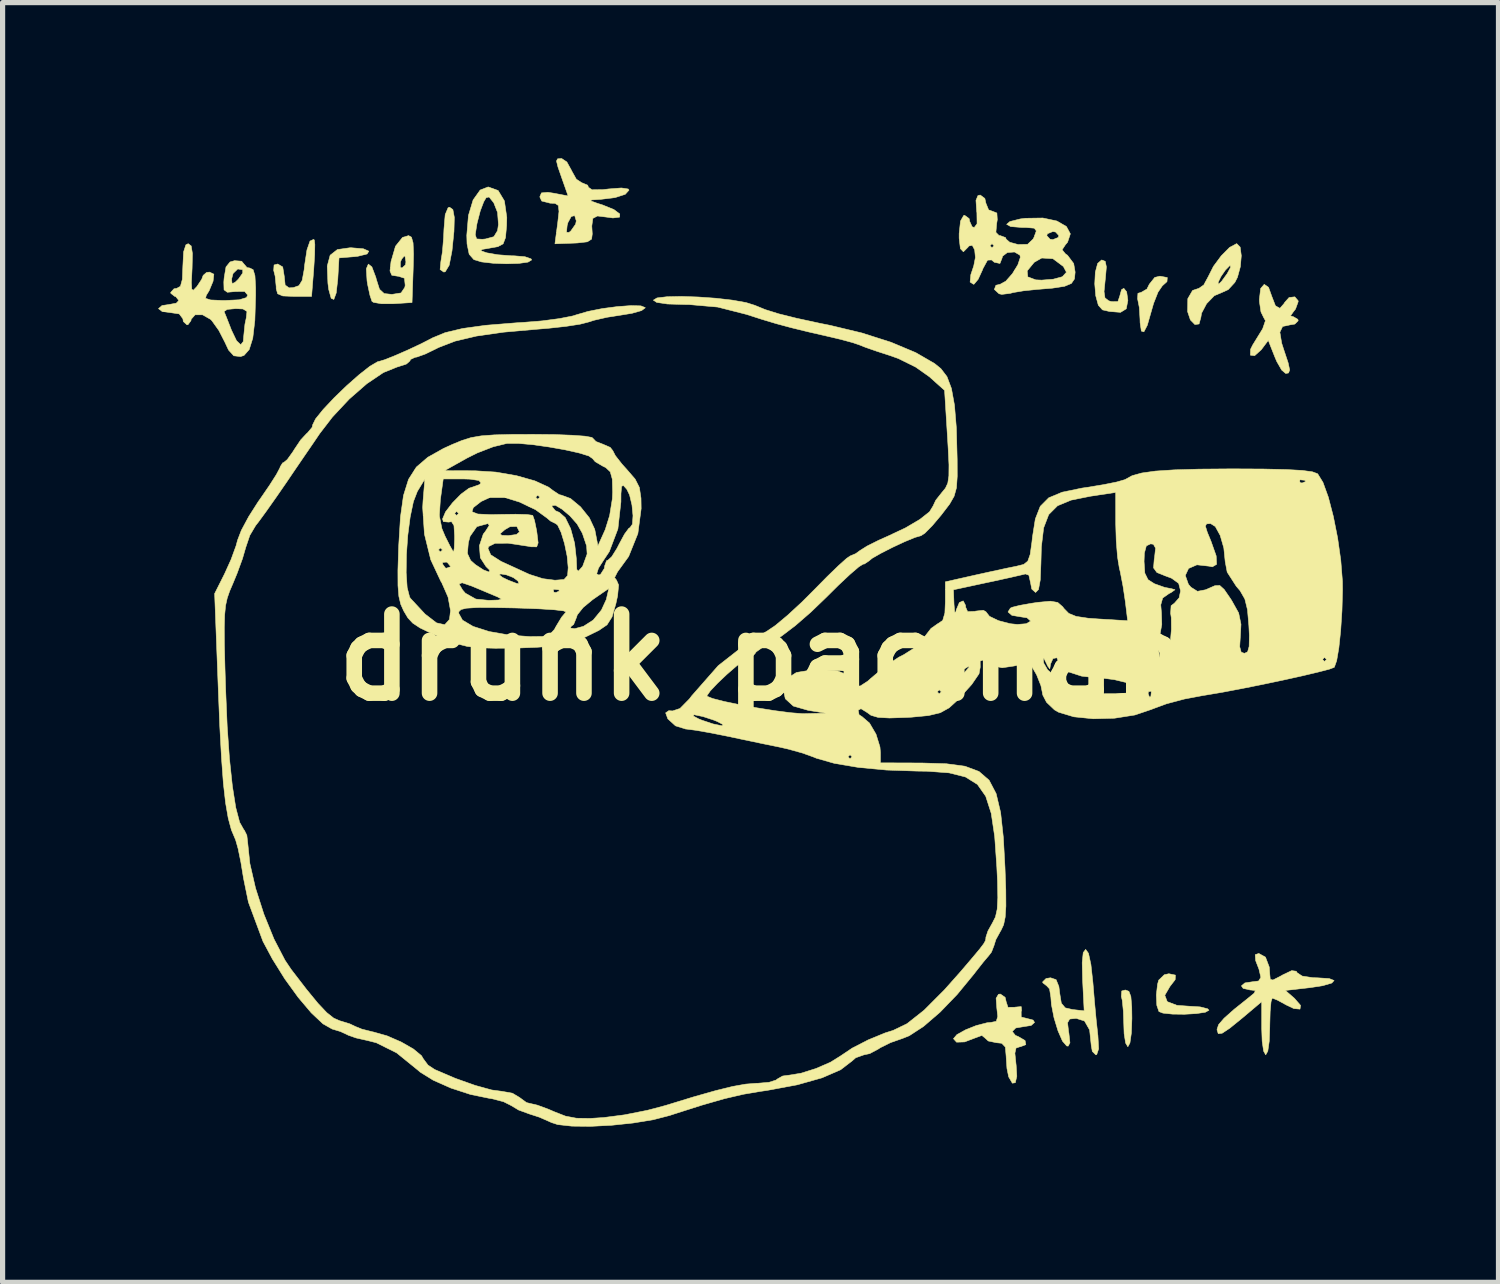
<source format=kicad_pcb>
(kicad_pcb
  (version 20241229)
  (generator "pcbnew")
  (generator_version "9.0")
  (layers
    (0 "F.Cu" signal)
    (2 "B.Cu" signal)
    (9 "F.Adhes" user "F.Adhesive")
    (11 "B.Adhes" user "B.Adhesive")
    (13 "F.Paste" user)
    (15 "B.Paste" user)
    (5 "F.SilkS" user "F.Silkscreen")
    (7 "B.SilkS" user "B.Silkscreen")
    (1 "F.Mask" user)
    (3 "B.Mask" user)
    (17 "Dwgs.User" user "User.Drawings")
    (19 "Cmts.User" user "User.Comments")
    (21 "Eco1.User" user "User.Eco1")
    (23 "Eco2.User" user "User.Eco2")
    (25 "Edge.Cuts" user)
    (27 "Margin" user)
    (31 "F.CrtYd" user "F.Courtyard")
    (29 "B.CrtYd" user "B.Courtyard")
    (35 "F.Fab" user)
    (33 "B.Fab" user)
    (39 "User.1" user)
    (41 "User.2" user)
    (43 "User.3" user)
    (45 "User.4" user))
  (footprint "drunk pacman"
    (layer "F.Cu")
    (at 11.65 9.618)
    (property "Reference" "drunk pacman" (at 0 0 0) (layer "F.SilkS") (effects (font (size 1.524 1.524) (thickness 0.3))))
    (attr through_hole)
    (fp_poly (pts (xy -5.973 -8.629) (xy -5.945 -8.479) (xy -5.952 -8.209) (xy -5.99 -7.835) (xy -6.044 -7.557) (xy -6.12 -7.432) (xy -6.147 -7.425) (xy -6.219 -7.474) (xy -6.205 -7.624) (xy -6.174 -7.818) (xy -6.152 -8.09) (xy -6.145 -8.249) (xy -6.121 -8.533) (xy -6.065 -8.665) (xy -6.037 -8.675) (xy -5.973 -8.629)) (stroke (width 0.01) (type solid)) (fill yes) (layer "F.SilkS"))
    (fp_poly (pts (xy 7.054 6.435) (xy 7.092 6.535) (xy 7.109 6.739) (xy 7.112 6.956) (xy 7.102 7.236) (xy 7.074 7.43) (xy 7.034 7.503) (xy 7.034 7.503) (xy 6.991 7.432) (xy 6.962 7.25) (xy 6.956 7.079) (xy 6.947 6.817) (xy 6.926 6.607) (xy 6.908 6.532) (xy 6.916 6.428) (xy 6.986 6.409) (xy 7.054 6.435)) (stroke (width 0.01) (type solid)) (fill yes) (layer "F.SilkS"))
    (fp_poly (pts (xy -7.698 -7.874) (xy -7.593 -7.828) (xy -7.626 -7.774) (xy -7.803 -7.73) (xy -7.874 -7.722) (xy -8.167 -7.698) (xy -8.191 -7.288) (xy -8.221 -7.023) (xy -8.267 -6.898) (xy -8.318 -6.919) (xy -8.365 -7.088) (xy -8.381 -7.21) (xy -8.394 -7.541) (xy -8.338 -7.75) (xy -8.199 -7.859) (xy -7.961 -7.893) (xy -7.935 -7.894) (xy -7.698 -7.874)) (stroke (width 0.01) (type solid)) (fill yes) (layer "F.SilkS"))
    (fp_poly (pts (xy 7.794 -7.32) (xy 7.788 -7.241) (xy 7.698 -7.16) (xy 7.615 -7.038) (xy 7.529 -6.82) (xy 7.484 -6.663) (xy 7.409 -6.401) (xy 7.343 -6.274) (xy 7.294 -6.288) (xy 7.27 -6.449) (xy 7.268 -6.519) (xy 7.255 -6.741) (xy 7.222 -6.907) (xy 7.221 -6.91) (xy 7.228 -7.016) (xy 7.29 -7.034) (xy 7.402 -7.099) (xy 7.447 -7.19) (xy 7.552 -7.322) (xy 7.652 -7.346) (xy 7.794 -7.32)) (stroke (width 0.01) (type solid)) (fill yes) (layer "F.SilkS"))
    (fp_poly (pts (xy 7.95 6.122) (xy 7.946 6.21) (xy 7.845 6.341) (xy 7.746 6.511) (xy 7.793 6.634) (xy 7.98 6.705) (xy 8.204 6.721) (xy 8.427 6.735) (xy 8.57 6.771) (xy 8.597 6.799) (xy 8.527 6.838) (xy 8.353 6.864) (xy 8.125 6.877) (xy 7.894 6.874) (xy 7.711 6.855) (xy 7.633 6.825) (xy 7.592 6.705) (xy 7.583 6.505) (xy 7.606 6.3) (xy 7.628 6.22) (xy 7.737 6.115) (xy 7.824 6.096) (xy 7.95 6.122)) (stroke (width 0.01) (type solid)) (fill yes) (layer "F.SilkS"))
    (fp_poly (pts (xy 6.598 -7.632) (xy 6.62 -7.525) (xy 6.601 -7.305) (xy 6.598 -7.28) (xy 6.575 -7.049) (xy 6.593 -6.928) (xy 6.664 -6.872) (xy 6.713 -6.857) (xy 6.842 -6.856) (xy 6.878 -6.963) (xy 6.912 -7.086) (xy 6.956 -7.112) (xy 7.011 -7.044) (xy 7.034 -6.88) (xy 7.034 -6.878) (xy 7.003 -6.717) (xy 6.893 -6.649) (xy 6.679 -6.666) (xy 6.545 -6.697) (xy 6.465 -6.786) (xy 6.415 -6.969) (xy 6.396 -7.197) (xy 6.407 -7.422) (xy 6.452 -7.592) (xy 6.529 -7.659) (xy 6.598 -7.632)) (stroke (width 0.01) (type solid)) (fill yes) (layer "F.SilkS"))
    (fp_poly (pts (xy -8.643 -8.043) (xy -8.633 -7.955) (xy -8.637 -7.754) (xy -8.654 -7.485) (xy -8.654 -7.483) (xy -8.696 -6.956) (xy -9.037 -6.956) (xy -9.251 -6.965) (xy -9.35 -7.007) (xy -9.378 -7.107) (xy -9.378 -7.145) (xy -9.398 -7.347) (xy -9.426 -7.457) (xy -9.419 -7.562) (xy -9.348 -7.581) (xy -9.252 -7.524) (xy -9.222 -7.341) (xy -9.205 -7.175) (xy -9.13 -7.121) (xy -9.046 -7.126) (xy -8.939 -7.164) (xy -8.877 -7.265) (xy -8.839 -7.47) (xy -8.83 -7.557) (xy -8.785 -7.852) (xy -8.726 -8.023) (xy -8.657 -8.055) (xy -8.643 -8.043)) (stroke (width 0.01) (type solid)) (fill yes) (layer "F.SilkS"))
    (fp_poly (pts (xy 9.198 -7.906) (xy 9.22 -7.741) (xy 9.202 -7.53) (xy 9.146 -7.325) (xy 9.096 -7.226) (xy 8.968 -7.087) (xy 8.851 -7.034) (xy 8.7 -6.97) (xy 8.551 -6.816) (xy 8.454 -6.633) (xy 8.441 -6.553) (xy 8.406 -6.425) (xy 8.326 -6.414) (xy 8.239 -6.503) (xy 8.185 -6.663) (xy 8.189 -6.913) (xy 8.281 -7.071) (xy 8.403 -7.112) (xy 8.498 -7.178) (xy 8.524 -7.228) (xy 8.774 -7.228) (xy 8.781 -7.19) (xy 8.841 -7.248) (xy 8.943 -7.388) (xy 8.948 -7.395) (xy 9.015 -7.519) (xy 9.005 -7.552) (xy 8.996 -7.547) (xy 8.913 -7.463) (xy 8.827 -7.338) (xy 8.774 -7.228) (xy 8.524 -7.228) (xy 8.581 -7.333) (xy 8.683 -7.535) (xy 8.834 -7.739) (xy 8.994 -7.9) (xy 9.125 -7.971) (xy 9.133 -7.972) (xy 9.198 -7.906)) (stroke (width 0.01) (type solid)) (fill yes) (layer "F.SilkS"))
    (fp_poly (pts (xy -6.771 -8.097) (xy -6.74 -7.988) (xy -6.731 -7.772) (xy -6.738 -7.483) (xy -6.76 -6.838) (xy -7.124 -6.815) (xy -7.349 -6.815) (xy -7.501 -6.841) (xy -7.532 -6.861) (xy -7.571 -6.978) (xy -7.615 -7.182) (xy -7.627 -7.256) (xy -7.641 -7.488) (xy -7.602 -7.579) (xy -7.534 -7.525) (xy -7.457 -7.322) (xy -7.449 -7.288) (xy -7.387 -7.094) (xy -7.297 -7.011) (xy -7.148 -6.995) (xy -6.972 -7.023) (xy -6.899 -7.131) (xy -6.892 -7.171) (xy -6.906 -7.307) (xy -7.027 -7.346) (xy -7.039 -7.346) (xy -7.15 -7.364) (xy -7.185 -7.447) (xy -7.177 -7.519) (xy -6.986 -7.519) (xy -6.953 -7.503) (xy -6.886 -7.566) (xy -6.878 -7.62) (xy -6.894 -7.724) (xy -6.908 -7.737) (xy -6.959 -7.676) (xy -6.984 -7.62) (xy -6.986 -7.519) (xy -7.177 -7.519) (xy -7.165 -7.627) (xy -7.079 -7.923) (xy -6.943 -8.093) (xy -6.826 -8.128) (xy -6.771 -8.097)) (stroke (width 0.01) (type solid)) (fill yes) (layer "F.SilkS"))
    (fp_poly (pts (xy 9.745 -7.131) (xy 9.808 -6.956) (xy 9.878 -6.775) (xy 9.964 -6.727) (xy 10.046 -6.821) (xy 10.054 -6.838) (xy 10.141 -6.935) (xy 10.251 -6.948) (xy 10.315 -6.873) (xy 10.316 -6.854) (xy 10.265 -6.713) (xy 10.223 -6.659) (xy 10.168 -6.581) (xy 10.223 -6.565) (xy 10.31 -6.514) (xy 10.316 -6.487) (xy 10.251 -6.423) (xy 10.165 -6.409) (xy 10.016 -6.377) (xy 9.963 -6.267) (xy 9.998 -6.055) (xy 10.04 -5.925) (xy 10.123 -5.675) (xy 10.152 -5.538) (xy 10.13 -5.481) (xy 10.076 -5.471) (xy 9.998 -5.537) (xy 9.903 -5.703) (xy 9.866 -5.79) (xy 9.74 -6.109) (xy 9.604 -5.928) (xy 9.477 -5.814) (xy 9.395 -5.824) (xy 9.398 -5.937) (xy 9.44 -6.021) (xy 9.562 -6.219) (xy 9.632 -6.333) (xy 9.685 -6.489) (xy 9.652 -6.548) (xy 9.599 -6.657) (xy 9.57 -6.853) (xy 9.568 -6.897) (xy 9.593 -7.109) (xy 9.662 -7.189) (xy 9.745 -7.131)) (stroke (width 0.01) (type solid)) (fill yes) (layer "F.SilkS"))
    (fp_poly (pts (xy 6.275 5.702) (xy 6.322 5.917) (xy 6.359 6.253) (xy 6.361 6.272) (xy 6.391 6.633) (xy 6.424 6.987) (xy 6.454 7.263) (xy 6.457 7.288) (xy 6.471 7.543) (xy 6.434 7.654) (xy 6.416 7.659) (xy 6.349 7.593) (xy 6.329 7.483) (xy 6.297 7.179) (xy 6.199 7.007) (xy 6.039 6.956) (xy 5.913 6.969) (xy 5.872 7.04) (xy 5.892 7.213) (xy 5.897 7.237) (xy 5.918 7.427) (xy 5.883 7.491) (xy 5.855 7.487) (xy 5.774 7.394) (xy 5.688 7.197) (xy 5.611 6.945) (xy 5.561 6.689) (xy 5.55 6.545) (xy 5.525 6.389) (xy 5.471 6.33) (xy 5.395 6.271) (xy 5.393 6.252) (xy 5.458 6.188) (xy 5.544 6.174) (xy 5.651 6.21) (xy 5.705 6.343) (xy 5.72 6.467) (xy 5.752 6.664) (xy 5.828 6.754) (xy 5.968 6.786) (xy 6.192 6.811) (xy 6.162 6.219) (xy 6.154 5.882) (xy 6.174 5.688) (xy 6.221 5.627) (xy 6.275 5.702)) (stroke (width 0.01) (type solid)) (fill yes) (layer "F.SilkS"))
    (fp_poly (pts (xy -5.101 -8.997) (xy -4.98 -8.796) (xy -4.934 -8.477) (xy -4.938 -8.319) (xy -4.959 -8.088) (xy -5.005 -7.969) (xy -5.106 -7.915) (xy -5.236 -7.892) (xy -5.408 -7.862) (xy -5.437 -7.837) (xy -5.336 -7.801) (xy -5.314 -7.795) (xy -5.109 -7.759) (xy -4.846 -7.739) (xy -4.787 -7.738) (xy -4.584 -7.721) (xy -4.467 -7.68) (xy -4.455 -7.659) (xy -4.525 -7.617) (xy -4.703 -7.592) (xy -4.943 -7.585) (xy -5.198 -7.595) (xy -5.422 -7.621) (xy -5.567 -7.665) (xy -5.568 -7.665) (xy -5.659 -7.769) (xy -5.7 -7.968) (xy -5.705 -8.134) (xy -5.704 -8.144) (xy -5.542 -8.144) (xy -5.515 -8.064) (xy -5.407 -8.057) (xy -5.344 -8.063) (xy -5.183 -8.107) (xy -5.112 -8.224) (xy -5.095 -8.342) (xy -5.112 -8.574) (xy -5.185 -8.76) (xy -5.275 -8.872) (xy -5.332 -8.859) (xy -5.379 -8.779) (xy -5.445 -8.605) (xy -5.506 -8.371) (xy -5.513 -8.335) (xy -5.542 -8.144) (xy -5.704 -8.144) (xy -5.673 -8.516) (xy -5.583 -8.815) (xy -5.447 -9.006) (xy -5.293 -9.066) (xy -5.101 -8.997)) (stroke (width 0.01) (type solid)) (fill yes) (layer "F.SilkS"))
    (fp_poly (pts (xy 4.669 6.551) (xy 4.689 6.636) (xy 4.724 6.743) (xy 4.852 6.742) (xy 4.859 6.74) (xy 4.979 6.729) (xy 4.986 6.804) (xy 4.978 6.826) (xy 4.979 6.931) (xy 5.082 6.956) (xy 5.208 6.989) (xy 5.236 7.034) (xy 5.17 7.093) (xy 5.046 7.112) (xy 4.873 7.141) (xy 4.807 7.209) (xy 4.867 7.284) (xy 4.923 7.307) (xy 5.053 7.383) (xy 5.068 7.463) (xy 4.962 7.503) (xy 4.954 7.503) (xy 4.879 7.528) (xy 4.857 7.628) (xy 4.879 7.842) (xy 4.881 7.854) (xy 4.894 8.072) (xy 4.865 8.196) (xy 4.808 8.205) (xy 4.737 8.083) (xy 4.704 7.92) (xy 4.689 7.7) (xy 4.689 7.692) (xy 4.673 7.509) (xy 4.604 7.436) (xy 4.5 7.425) (xy 4.344 7.392) (xy 4.282 7.335) (xy 4.221 7.285) (xy 4.085 7.335) (xy 3.887 7.41) (xy 3.734 7.415) (xy 3.673 7.348) (xy 3.74 7.269) (xy 3.906 7.177) (xy 4.116 7.093) (xy 4.319 7.041) (xy 4.396 7.034) (xy 4.498 7.013) (xy 4.527 6.92) (xy 4.509 6.76) (xy 4.495 6.569) (xy 4.541 6.492) (xy 4.577 6.487) (xy 4.669 6.551)) (stroke (width 0.01) (type solid)) (fill yes) (layer "F.SilkS"))
    (fp_poly (pts (xy 9.686 5.776) (xy 9.759 5.968) (xy 9.769 6.107) (xy 9.778 6.204) (xy 9.83 6.217) (xy 9.966 6.148) (xy 10.015 6.12) (xy 10.191 6.036) (xy 10.279 6.048) (xy 10.295 6.076) (xy 10.393 6.141) (xy 10.604 6.173) (xy 10.675 6.174) (xy 10.914 6.189) (xy 11.008 6.226) (xy 10.964 6.275) (xy 10.787 6.327) (xy 10.544 6.364) (xy 10.069 6.418) (xy 10.244 6.57) (xy 10.362 6.706) (xy 10.351 6.778) (xy 10.232 6.767) (xy 10.087 6.698) (xy 9.921 6.607) (xy 9.819 6.565) (xy 9.816 6.565) (xy 9.793 6.636) (xy 9.776 6.825) (xy 9.769 7.09) (xy 9.769 7.112) (xy 9.759 7.393) (xy 9.731 7.587) (xy 9.691 7.659) (xy 9.691 7.659) (xy 9.65 7.587) (xy 9.622 7.397) (xy 9.613 7.146) (xy 9.613 6.634) (xy 9.237 6.951) (xy 8.997 7.146) (xy 8.85 7.243) (xy 8.776 7.251) (xy 8.753 7.18) (xy 8.753 7.165) (xy 8.783 7.076) (xy 8.887 6.955) (xy 9.083 6.781) (xy 9.33 6.584) (xy 9.469 6.47) (xy 9.49 6.42) (xy 9.402 6.409) (xy 9.389 6.409) (xy 9.256 6.378) (xy 9.222 6.33) (xy 9.289 6.273) (xy 9.427 6.252) (xy 9.554 6.236) (xy 9.597 6.165) (xy 9.56 6.007) (xy 9.496 5.842) (xy 9.488 5.729) (xy 9.557 5.705) (xy 9.686 5.776)) (stroke (width 0.01) (type solid)) (fill yes) (layer "F.SilkS"))
    (fp_poly (pts (xy -3.876 -9.613) (xy -3.777 -9.547) (xy -3.688 -9.386) (xy -3.685 -9.378) (xy -3.594 -9.215) (xy -3.486 -9.144) (xy -3.482 -9.144) (xy -3.375 -9.099) (xy -3.361 -9.059) (xy -3.291 -9.011) (xy -3.079 -9.014) (xy -2.97 -9.027) (xy -2.725 -9.046) (xy -2.594 -9.026) (xy -2.579 -9.004) (xy -2.651 -8.924) (xy -2.846 -8.861) (xy -3.128 -8.826) (xy -3.165 -8.824) (xy -3.303 -8.815) (xy -3.315 -8.796) (xy -3.191 -8.751) (xy -3.092 -8.72) (xy -2.87 -8.63) (xy -2.757 -8.545) (xy -2.76 -8.484) (xy -2.889 -8.468) (xy -3.001 -8.483) (xy -3.187 -8.506) (xy -3.276 -8.46) (xy -3.296 -8.312) (xy -3.287 -8.16) (xy -3.3 -8.06) (xy -3.382 -8.008) (xy -3.574 -7.986) (xy -3.64 -7.983) (xy -4.006 -7.97) (xy -3.977 -8.192) (xy -3.784 -8.192) (xy -3.736 -8.189) (xy -3.702 -8.215) (xy -3.608 -8.348) (xy -3.595 -8.411) (xy -3.626 -8.513) (xy -3.692 -8.496) (xy -3.756 -8.379) (xy -3.771 -8.323) (xy -3.784 -8.192) (xy -3.977 -8.192) (xy -3.954 -8.361) (xy -3.928 -8.592) (xy -3.94 -8.708) (xy -4.003 -8.749) (xy -4.1 -8.753) (xy -4.261 -8.794) (xy -4.298 -8.874) (xy -4.266 -8.951) (xy -4.143 -8.962) (xy -4.025 -8.944) (xy -3.752 -8.892) (xy -3.869 -9.223) (xy -3.948 -9.45) (xy -3.976 -9.565) (xy -3.956 -9.607) (xy -3.887 -9.613) (xy -3.876 -9.613)) (stroke (width 0.01) (type solid)) (fill yes) (layer "F.SilkS"))
    (fp_poly (pts (xy -11.016 -7.929) (xy -10.992 -7.783) (xy -10.998 -7.51) (xy -10.999 -7.483) (xy -11.012 -7.223) (xy -11.005 -7.095) (xy -10.974 -7.075) (xy -10.911 -7.141) (xy -10.906 -7.146) (xy -10.813 -7.286) (xy -10.785 -7.361) (xy -10.721 -7.417) (xy -10.663 -7.425) (xy -10.579 -7.385) (xy -10.594 -7.249) (xy -10.67 -7.066) (xy -10.726 -6.975) (xy -10.738 -6.919) (xy -10.642 -6.888) (xy -10.417 -6.878) (xy -10.365 -6.878) (xy -10.09 -6.891) (xy -9.952 -6.933) (xy -9.926 -6.981) (xy -9.986 -7.052) (xy -10.165 -7.05) (xy -10.319 -7.036) (xy -10.383 -7.083) (xy -10.387 -7.231) (xy -10.383 -7.286) (xy -10.238 -7.286) (xy -10.227 -7.201) (xy -10.168 -7.229) (xy -10.106 -7.289) (xy -10.022 -7.407) (xy -10.023 -7.47) (xy -10.119 -7.485) (xy -10.209 -7.398) (xy -10.238 -7.286) (xy -10.383 -7.286) (xy -10.38 -7.317) (xy -10.345 -7.524) (xy -10.267 -7.62) (xy -10.18 -7.645) (xy -10.043 -7.634) (xy -10.004 -7.586) (xy -9.94 -7.512) (xy -9.886 -7.503) (xy -9.822 -7.471) (xy -9.787 -7.355) (xy -9.774 -7.125) (xy -9.774 -6.975) (xy -9.789 -6.494) (xy -9.829 -6.151) (xy -9.898 -5.932) (xy -9.998 -5.819) (xy -10.065 -5.797) (xy -10.195 -5.812) (xy -10.296 -5.923) (xy -10.365 -6.071) (xy -10.483 -6.301) (xy -10.617 -6.488) (xy -10.641 -6.513) (xy -10.797 -6.602) (xy -10.94 -6.602) (xy -11.017 -6.515) (xy -11.02 -6.489) (xy -11.078 -6.411) (xy -11.098 -6.409) (xy -11.167 -6.472) (xy -11.176 -6.526) (xy -11.246 -6.619) (xy -11.41 -6.643) (xy -11.575 -6.666) (xy -11.577 -6.667) (xy -10.382 -6.667) (xy -10.381 -6.663) (xy -10.338 -6.558) (xy -10.264 -6.369) (xy -10.242 -6.311) (xy -10.142 -6.102) (xy -10.061 -6.025) (xy -10.012 -6.087) (xy -10.003 -6.194) (xy -9.98 -6.42) (xy -9.954 -6.545) (xy -9.941 -6.667) (xy -10.017 -6.714) (xy -10.157 -6.721) (xy -10.32 -6.706) (xy -10.382 -6.667) (xy -11.577 -6.667) (xy -11.645 -6.72) (xy -11.645 -6.721) (xy -11.578 -6.78) (xy -11.45 -6.799) (xy -11.303 -6.826) (xy -11.254 -6.878) (xy -11.314 -6.953) (xy -11.332 -6.956) (xy -11.408 -7.015) (xy -11.41 -7.034) (xy -11.347 -7.103) (xy -11.293 -7.112) (xy -11.223 -7.151) (xy -11.186 -7.286) (xy -11.176 -7.542) (xy -11.162 -7.815) (xy -11.118 -7.95) (xy -11.073 -7.972) (xy -11.016 -7.929)) (stroke (width 0.01) (type solid)) (fill yes) (layer "F.SilkS"))
    (fp_poly (pts (xy 4.278 -8.844) (xy 4.298 -8.753) (xy 4.351 -8.623) (xy 4.425 -8.597) (xy 4.51 -8.563) (xy 4.518 -8.435) (xy 4.506 -8.362) (xy 4.491 -8.191) (xy 4.55 -8.13) (xy 4.574 -8.128) (xy 4.677 -8.09) (xy 4.689 -8.059) (xy 4.757 -8) (xy 4.918 -7.956) (xy 5.102 -7.96) (xy 5.208 -8.062) (xy 5.229 -8.103) (xy 5.237 -8.128) (xy 5.471 -8.128) (xy 5.534 -8.059) (xy 5.588 -8.05) (xy 5.692 -8.092) (xy 5.705 -8.128) (xy 5.642 -8.197) (xy 5.588 -8.206) (xy 5.484 -8.164) (xy 5.471 -8.128) (xy 5.237 -8.128) (xy 5.27 -8.219) (xy 5.23 -8.271) (xy 5.077 -8.284) (xy 5 -8.284) (xy 4.776 -8.302) (xy 4.698 -8.345) (xy 4.761 -8.399) (xy 4.96 -8.449) (xy 5.06 -8.462) (xy 5.396 -8.467) (xy 5.667 -8.409) (xy 5.85 -8.303) (xy 5.926 -8.162) (xy 5.872 -8) (xy 5.831 -7.952) (xy 5.767 -7.855) (xy 5.833 -7.774) (xy 5.87 -7.75) (xy 5.99 -7.59) (xy 6.018 -7.425) (xy 6.005 -7.293) (xy 5.946 -7.206) (xy 5.814 -7.151) (xy 5.579 -7.115) (xy 5.275 -7.09) (xy 5.023 -7.064) (xy 4.826 -7.031) (xy 4.767 -7.015) (xy 4.605 -6.995) (xy 4.552 -7.007) (xy 4.461 -7.091) (xy 4.492 -7.171) (xy 4.573 -7.19) (xy 4.682 -7.25) (xy 4.809 -7.394) (xy 4.842 -7.448) (xy 5.094 -7.448) (xy 5.105 -7.333) (xy 5.26 -7.275) (xy 5.373 -7.27) (xy 5.597 -7.288) (xy 5.763 -7.333) (xy 5.778 -7.342) (xy 5.85 -7.422) (xy 5.792 -7.532) (xy 5.791 -7.533) (xy 5.59 -7.683) (xy 5.375 -7.696) (xy 5.231 -7.615) (xy 5.094 -7.448) (xy 4.842 -7.448) (xy 4.914 -7.565) (xy 4.962 -7.709) (xy 4.954 -7.751) (xy 4.849 -7.812) (xy 4.71 -7.801) (xy 4.618 -7.73) (xy 4.611 -7.698) (xy 4.569 -7.591) (xy 4.461 -7.614) (xy 4.408 -7.659) (xy 4.33 -7.655) (xy 4.242 -7.494) (xy 4.231 -7.464) (xy 4.149 -7.286) (xy 4.072 -7.194) (xy 4.059 -7.19) (xy 3.994 -7.233) (xy 4.008 -7.376) (xy 4.064 -7.543) (xy 4.096 -7.706) (xy 4.082 -7.853) (xy 4.04 -7.933) (xy 4.377 -7.933) (xy 4.416 -7.894) (xy 4.455 -7.933) (xy 4.416 -7.972) (xy 4.377 -7.933) (xy 4.04 -7.933) (xy 4.036 -7.941) (xy 3.97 -7.927) (xy 3.953 -7.904) (xy 3.865 -7.816) (xy 3.807 -7.876) (xy 3.783 -8.077) (xy 3.783 -8.167) (xy 3.809 -8.408) (xy 3.87 -8.515) (xy 3.888 -8.519) (xy 3.975 -8.456) (xy 3.986 -8.402) (xy 4.033 -8.298) (xy 4.074 -8.284) (xy 4.128 -8.356) (xy 4.125 -8.567) (xy 4.121 -8.597) (xy 4.107 -8.807) (xy 4.145 -8.899) (xy 4.189 -8.91) (xy 4.278 -8.844)) (stroke (width 0.01) (type solid)) (fill yes) (layer "F.SilkS"))
    (fp_poly (pts (xy -4.013 -4.294) (xy -3.675 -4.281) (xy -3.427 -4.263) (xy -3.296 -4.239) (xy -3.282 -4.229) (xy -3.216 -4.16) (xy -3.087 -4.11) (xy -2.941 -4.047) (xy -2.892 -3.985) (xy -2.842 -3.888) (xy -2.715 -3.726) (xy -2.618 -3.618) (xy -2.461 -3.436) (xy -2.379 -3.274) (xy -2.348 -3.068) (xy -2.345 -2.867) (xy -2.408 -2.387) (xy -2.586 -1.944) (xy -2.8 -1.649) (xy -2.857 -1.537) (xy -2.82 -1.489) (xy -2.779 -1.395) (xy -2.799 -1.186) (xy -2.832 -1.034) (xy -2.906 -0.78) (xy -3.003 -0.627) (xy -3.16 -0.52) (xy -3.203 -0.499) (xy -3.427 -0.389) (xy -3.616 -0.294) (xy -3.634 -0.284) (xy -3.771 -0.249) (xy -4.028 -0.218) (xy -4.366 -0.194) (xy -4.728 -0.18) (xy -5.155 -0.176) (xy -5.465 -0.185) (xy -5.698 -0.212) (xy -5.895 -0.262) (xy -6.057 -0.323) (xy -6.389 -0.463) (xy -6.608 -0.569) (xy -6.747 -0.661) (xy -6.84 -0.761) (xy -6.918 -0.892) (xy -6.921 -0.897) (xy -6.978 -1.025) (xy -7.014 -1.177) (xy -7.031 -1.385) (xy -7.032 -1.632) (xy -6.873 -1.632) (xy -6.854 -1.346) (xy -6.807 -1.163) (xy -6.791 -1.138) (xy -6.509 -0.835) (xy -6.288 -0.665) (xy -6.13 -0.63) (xy -6.039 -0.731) (xy -6.024 -0.852) (xy -5.862 -0.852) (xy -5.788 -0.718) (xy -5.583 -0.597) (xy -5.273 -0.498) (xy -4.883 -0.43) (xy -4.488 -0.401) (xy -4.245 -0.404) (xy -4.106 -0.442) (xy -4.018 -0.537) (xy -4.001 -0.566) (xy -3.709 -0.566) (xy -3.627 -0.553) (xy -3.456 -0.599) (xy -3.271 -0.718) (xy -3.266 -0.723) (xy -3.11 -0.913) (xy -3.017 -1.114) (xy -2.967 -1.329) (xy -3.278 -1.114) (xy -3.462 -0.962) (xy -3.575 -0.821) (xy -3.592 -0.769) (xy -3.646 -0.634) (xy -3.693 -0.599) (xy -3.709 -0.566) (xy -4.001 -0.566) (xy -3.98 -0.606) (xy -3.877 -0.776) (xy -3.793 -0.875) (xy -3.838 -0.896) (xy -4.014 -0.917) (xy -4.295 -0.935) (xy -4.655 -0.949) (xy -4.79 -0.953) (xy -5.222 -0.961) (xy -5.521 -0.96) (xy -5.711 -0.948) (xy -5.815 -0.923) (xy -5.857 -0.883) (xy -5.862 -0.852) (xy -6.024 -0.852) (xy -6.018 -0.9) (xy -6.066 -1.162) (xy -6.176 -1.414) (xy -5.854 -1.414) (xy -5.786 -1.299) (xy -5.732 -1.237) (xy -5.531 -1.124) (xy -5.283 -1.099) (xy -5.091 -1.106) (xy -5.039 -1.125) (xy -5.112 -1.166) (xy -5.158 -1.185) (xy -5.372 -1.275) (xy -5.438 -1.303) (xy -4.038 -1.303) (xy -4.027 -1.256) (xy -3.986 -1.25) (xy -3.922 -1.279) (xy -3.934 -1.303) (xy -4.026 -1.312) (xy -4.038 -1.303) (xy -5.438 -1.303) (xy -5.608 -1.374) (xy -5.795 -1.438) (xy -5.854 -1.414) (xy -6.176 -1.414) (xy -6.186 -1.437) (xy -6.205 -1.467) (xy -6.264 -1.592) (xy -5.08 -1.592) (xy -5.017 -1.541) (xy -4.904 -1.487) (xy -4.746 -1.426) (xy -4.697 -1.421) (xy -4.719 -1.47) (xy -4.722 -1.475) (xy -4.807 -1.538) (xy -4.94 -1.59) (xy -5.052 -1.609) (xy -5.08 -1.592) (xy -6.264 -1.592) (xy -6.362 -1.802) (xy -6.174 -1.802) (xy -6.117 -1.723) (xy -6.096 -1.719) (xy -6.02 -1.746) (xy -6.018 -1.754) (xy -6.073 -1.821) (xy -6.096 -1.837) (xy -6.168 -1.83) (xy -6.174 -1.802) (xy -6.362 -1.802) (xy -6.399 -1.881) (xy -6.429 -2.003) (xy -5.693 -2.003) (xy -5.631 -1.869) (xy -5.54 -1.788) (xy -5.382 -1.685) (xy -5.275 -1.645) (xy -5.265 -1.683) (xy -5.334 -1.75) (xy -5.444 -1.92) (xy -5.462 -2.151) (xy -5.388 -2.374) (xy -5.382 -2.381) (xy -5.064 -2.381) (xy -5.029 -2.352) (xy -4.904 -2.347) (xy -4.748 -2.368) (xy -4.689 -2.418) (xy -4.741 -2.523) (xy -4.872 -2.519) (xy -4.971 -2.462) (xy -5.064 -2.381) (xy -5.382 -2.381) (xy -5.341 -2.436) (xy -5.273 -2.542) (xy -5.296 -2.579) (xy -5.511 -2.52) (xy -5.641 -2.335) (xy -5.675 -2.209) (xy -5.693 -2.003) (xy -6.429 -2.003) (xy -6.446 -2.071) (xy -6.252 -2.071) (xy -6.213 -2.032) (xy -6.174 -2.071) (xy -6.213 -2.11) (xy -6.252 -2.071) (xy -6.446 -2.071) (xy -6.521 -2.376) (xy -6.545 -2.731) (xy -6.234 -2.731) (xy -6.184 -2.48) (xy -6.124 -2.337) (xy -6.031 -2.152) (xy -5.97 -2.044) (xy -5.959 -2.033) (xy -5.947 -2.102) (xy -5.94 -2.274) (xy -5.94 -2.342) (xy -5.952 -2.541) (xy -5.999 -2.615) (xy -6.057 -2.607) (xy -6.157 -2.617) (xy -6.172 -2.668) (xy -6.127 -2.774) (xy -5.94 -2.774) (xy -5.901 -2.735) (xy -5.862 -2.774) (xy -5.894 -2.807) (xy -5.605 -2.807) (xy -5.493 -2.763) (xy -5.238 -2.751) (xy -5.048 -2.755) (xy -4.764 -2.759) (xy -4.546 -2.753) (xy -4.438 -2.738) (xy -4.434 -2.735) (xy -4.4 -2.64) (xy -4.361 -2.451) (xy -4.353 -2.398) (xy -4.33 -2.206) (xy -4.358 -2.13) (xy -4.463 -2.131) (xy -4.517 -2.141) (xy -4.906 -2.2) (xy -5.159 -2.199) (xy -5.283 -2.137) (xy -5.297 -2.101) (xy -5.244 -1.977) (xy -5.043 -1.849) (xy -5.025 -1.841) (xy -4.767 -1.723) (xy -4.523 -1.611) (xy -4.494 -1.598) (xy -4.239 -1.517) (xy -4.005 -1.487) (xy -3.831 -1.501) (xy -3.762 -1.578) (xy -3.76 -1.61) (xy -3.202 -1.61) (xy -3.159 -1.586) (xy -3.126 -1.602) (xy -3.054 -1.715) (xy -3.048 -1.763) (xy -3.011 -1.864) (xy -2.982 -1.876) (xy -2.912 -1.94) (xy -2.811 -2.101) (xy -2.767 -2.187) (xy -2.665 -2.376) (xy -2.582 -2.488) (xy -2.56 -2.5) (xy -2.513 -2.567) (xy -2.502 -2.731) (xy -2.522 -2.937) (xy -2.568 -3.13) (xy -2.621 -3.239) (xy -2.688 -3.314) (xy -2.722 -3.295) (xy -2.734 -3.156) (xy -2.735 -2.996) (xy -2.793 -2.476) (xy -2.959 -2.038) (xy -3.061 -1.885) (xy -3.167 -1.72) (xy -3.202 -1.61) (xy -3.76 -1.61) (xy -3.751 -1.73) (xy -3.771 -1.949) (xy -3.821 -2.192) (xy -3.887 -2.408) (xy -3.955 -2.55) (xy -3.993 -2.579) (xy -4.092 -2.628) (xy -4.16 -2.686) (xy -4.381 -2.847) (xy -4.515 -2.91) (xy -4.064 -2.91) (xy -3.999 -2.827) (xy -3.923 -2.795) (xy -3.808 -2.694) (xy -3.704 -2.481) (xy -3.627 -2.199) (xy -3.593 -1.892) (xy -3.593 -1.867) (xy -3.586 -1.696) (xy -3.556 -1.662) (xy -3.48 -1.745) (xy -3.471 -1.758) (xy -3.386 -1.992) (xy -3.396 -2.149) (xy -3.478 -2.392) (xy -3.579 -2.571) (xy -3.718 -2.728) (xy -3.87 -2.856) (xy -3.997 -2.931) (xy -4.062 -2.924) (xy -4.064 -2.91) (xy -4.515 -2.91) (xy -4.685 -2.992) (xy -4.977 -3.083) (xy -5.257 -3.083) (xy -5.427 -3.005) (xy -5.58 -2.886) (xy -5.605 -2.807) (xy -5.894 -2.807) (xy -5.901 -2.814) (xy -5.94 -2.774) (xy -6.127 -2.774) (xy -6.116 -2.802) (xy -5.982 -2.977) (xy -5.874 -3.087) (xy -4.377 -3.087) (xy -4.338 -3.048) (xy -4.298 -3.087) (xy -4.338 -3.126) (xy -4.377 -3.087) (xy -5.874 -3.087) (xy -5.816 -3.146) (xy -5.662 -3.26) (xy -5.594 -3.282) (xy -5.46 -3.33) (xy -5.432 -3.361) (xy -5.47 -3.409) (xy -5.644 -3.435) (xy -5.771 -3.439) (xy -6.159 -3.439) (xy -6.214 -3.04) (xy -6.234 -2.731) (xy -6.545 -2.731) (xy -6.555 -2.888) (xy -6.548 -3.014) (xy -6.513 -3.437) (xy -6.658 -3.198) (xy -6.734 -3.001) (xy -6.796 -2.705) (xy -6.842 -2.352) (xy -6.868 -1.981) (xy -6.873 -1.632) (xy -7.032 -1.632) (xy -7.032 -1.681) (xy -7.019 -2.098) (xy -7.016 -2.164) (xy -6.983 -2.706) (xy -6.925 -3.119) (xy -6.828 -3.43) (xy -6.721 -3.598) (xy -6.135 -3.598) (xy -5.546 -3.596) (xy -5.146 -3.571) (xy -4.748 -3.502) (xy -4.394 -3.402) (xy -4.131 -3.282) (xy -4.044 -3.216) (xy -3.923 -3.136) (xy -3.88 -3.126) (xy -3.706 -3.062) (xy -3.513 -2.901) (xy -3.343 -2.689) (xy -3.241 -2.471) (xy -3.234 -2.441) (xy -3.178 -2.149) (xy -3.037 -2.462) (xy -2.952 -2.734) (xy -2.9 -3.056) (xy -2.894 -3.186) (xy -2.901 -3.435) (xy -2.94 -3.576) (xy -3.028 -3.658) (xy -3.087 -3.687) (xy -3.23 -3.771) (xy -3.282 -3.832) (xy -3.354 -3.882) (xy -3.543 -3.94) (xy -3.811 -4) (xy -4.122 -4.055) (xy -4.435 -4.099) (xy -4.714 -4.124) (xy -4.921 -4.124) (xy -4.937 -4.122) (xy -5.195 -4.059) (xy -5.503 -3.94) (xy -5.705 -3.839) (xy -6.135 -3.598) (xy -6.721 -3.598) (xy -6.677 -3.667) (xy -6.457 -3.856) (xy -6.154 -4.026) (xy -5.988 -4.102) (xy -5.799 -4.18) (xy -5.624 -4.235) (xy -5.427 -4.269) (xy -5.174 -4.288) (xy -4.83 -4.297) (xy -4.413 -4.298) (xy -4.013 -4.294)) (stroke (width 0.01) (type solid)) (fill yes) (layer "F.SilkS"))
    (fp_poly (pts (xy -1.245 -6.945) (xy -0.905 -6.921) (xy -0.586 -6.884) (xy -0.322 -6.837) (xy -0.156 -6.785) (xy 0.046 -6.702) (xy 0.305 -6.621) (xy 0.651 -6.535) (xy 1.113 -6.435) (xy 1.29 -6.4) (xy 1.907 -6.252) (xy 2.469 -6.073) (xy 2.946 -5.873) (xy 3.309 -5.663) (xy 3.431 -5.564) (xy 3.548 -5.411) (xy 3.634 -5.183) (xy 3.693 -4.86) (xy 3.729 -4.422) (xy 3.744 -3.849) (xy 3.745 -3.817) (xy 3.746 -3.489) (xy 3.731 -3.268) (xy 3.686 -3.106) (xy 3.599 -2.954) (xy 3.453 -2.763) (xy 3.437 -2.742) (xy 3.265 -2.538) (xy 3.123 -2.394) (xy 3.048 -2.345) (xy 2.933 -2.312) (xy 2.734 -2.23) (xy 2.5 -2.121) (xy 2.276 -2.007) (xy 2.108 -1.911) (xy 2.045 -1.859) (xy 1.955 -1.799) (xy 1.934 -1.798) (xy 1.849 -1.745) (xy 1.681 -1.601) (xy 1.455 -1.389) (xy 1.217 -1.153) (xy 0.924 -0.871) (xy 0.627 -0.613) (xy 0.364 -0.413) (xy 0.214 -0.32) (xy 0.007 -0.203) (xy -0.128 -0.106) (xy -0.156 -0.066) (xy -0.219 -0.006) (xy -0.261 0) (xy -0.353 0.047) (xy -0.509 0.168) (xy -0.695 0.329) (xy -0.874 0.499) (xy -1.013 0.646) (xy -1.076 0.737) (xy -1.075 0.749) (xy -0.969 0.792) (xy -0.747 0.849) (xy -0.447 0.911) (xy -0.108 0.973) (xy 0.232 1.027) (xy 0.533 1.066) (xy 0.758 1.084) (xy 0.8 1.084) (xy 1.211 1.075) (xy 0.873 1.02) (xy 0.587 0.938) (xy 0.433 0.797) (xy 0.404 0.664) (xy 3.361 0.664) (xy 3.4 0.703) (xy 3.439 0.664) (xy 3.4 0.625) (xy 3.361 0.664) (xy 0.404 0.664) (xy 0.392 0.611) (xy 0.454 0.415) (xy 0.647 0.291) (xy 0.975 0.237) (xy 1.094 0.234) (xy 1.447 0.263) (xy 1.676 0.357) (xy 1.802 0.525) (xy 1.812 0.552) (xy 1.878 0.551) (xy 2.019 0.46) (xy 2.076 0.41) (xy 3.673 0.41) (xy 3.694 0.464) (xy 3.772 0.412) (xy 3.876 0.302) (xy 3.975 0.187) (xy 3.964 0.174) (xy 3.849 0.242) (xy 3.718 0.343) (xy 3.673 0.41) (xy 2.076 0.41) (xy 2.149 0.347) (xy 2.381 0.155) (xy 2.619 -0.003) (xy 2.719 -0.054) (xy 2.939 -0.194) (xy 3.107 -0.383) (xy 3.111 -0.39) (xy 3.241 -0.558) (xy 3.375 -0.652) (xy 3.379 -0.653) (xy 3.466 -0.712) (xy 3.508 -0.855) (xy 3.517 -1.073) (xy 3.517 -1.303) (xy 3.673 -1.303) (xy 3.684 -1.023) (xy 3.697 -0.871) (xy 3.718 -0.873) (xy 3.728 -0.918) (xy 3.787 -1.057) (xy 3.861 -1.089) (xy 3.906 -1.003) (xy 3.908 -0.968) (xy 3.946 -0.882) (xy 4.083 -0.887) (xy 4.103 -0.892) (xy 4.248 -0.908) (xy 4.298 -0.88) (xy 4.368 -0.791) (xy 4.541 -0.708) (xy 4.767 -0.649) (xy 4.904 -0.635) (xy 5.077 -0.649) (xy 5.157 -0.697) (xy 5.158 -0.703) (xy 5.091 -0.763) (xy 4.967 -0.782) (xy 4.8 -0.81) (xy 4.725 -0.876) (xy 4.77 -0.949) (xy 4.806 -0.966) (xy 4.949 -1.002) (xy 5.18 -1.043) (xy 5.303 -1.061) (xy 5.542 -1.083) (xy 5.682 -1.059) (xy 5.778 -0.976) (xy 5.803 -0.942) (xy 5.895 -0.848) (xy 6.037 -0.79) (xy 6.268 -0.755) (xy 6.476 -0.74) (xy 7.03 -0.707) (xy 6.985 -1.077) (xy 6.941 -1.37) (xy 6.887 -1.651) (xy 6.87 -1.719) (xy 6.849 -1.849) (xy 7.346 -1.849) (xy 7.361 -1.623) (xy 7.423 -1.497) (xy 7.546 -1.419) (xy 7.743 -1.349) (xy 7.878 -1.323) (xy 7.942 -1.304) (xy 7.866 -1.249) (xy 7.827 -1.23) (xy 7.705 -1.144) (xy 7.668 -1.013) (xy 7.681 -0.857) (xy 7.688 -0.634) (xy 7.657 -0.464) (xy 7.65 -0.45) (xy 7.619 -0.31) (xy 7.627 -0.122) (xy 7.664 0.053) (xy 7.721 0.151) (xy 7.738 0.156) (xy 7.779 0.086) (xy 7.791 0.039) (xy 10.785 0.039) (xy 10.824 0.078) (xy 10.863 0.039) (xy 10.824 0) (xy 10.785 0.039) (xy 7.791 0.039) (xy 7.824 -0.096) (xy 7.851 -0.273) (xy 7.873 -0.541) (xy 7.871 -0.763) (xy 7.858 -0.85) (xy 7.867 -0.996) (xy 7.93 -1.043) (xy 8.022 -1.148) (xy 8.05 -1.281) (xy 8.013 -1.427) (xy 7.878 -1.525) (xy 7.774 -1.564) (xy 7.736 -1.579) (xy 8.141 -1.579) (xy 8.201 -1.409) (xy 8.25 -1.352) (xy 8.375 -1.273) (xy 8.531 -1.303) (xy 8.566 -1.318) (xy 8.712 -1.382) (xy 8.805 -1.386) (xy 8.89 -1.309) (xy 9.013 -1.13) (xy 9.036 -1.094) (xy 9.169 -0.856) (xy 9.214 -0.638) (xy 9.203 -0.43) (xy 9.189 -0.206) (xy 9.218 -0.101) (xy 9.28 -0.078) (xy 9.341 -0.106) (xy 9.371 -0.211) (xy 9.375 -0.423) (xy 9.366 -0.609) (xy 9.339 -0.919) (xy 9.288 -1.126) (xy 9.196 -1.286) (xy 9.123 -1.371) (xy 8.948 -1.643) (xy 8.91 -1.844) (xy 8.883 -2.109) (xy 8.813 -2.351) (xy 8.719 -2.522) (xy 8.628 -2.579) (xy 8.55 -2.573) (xy 8.528 -2.53) (xy 8.565 -2.411) (xy 8.636 -2.239) (xy 8.736 -1.956) (xy 8.744 -1.793) (xy 8.662 -1.745) (xy 8.597 -1.758) (xy 8.365 -1.784) (xy 8.204 -1.714) (xy 8.141 -1.579) (xy 7.736 -1.579) (xy 7.594 -1.636) (xy 7.529 -1.725) (xy 7.542 -1.89) (xy 7.548 -1.922) (xy 7.568 -2.105) (xy 7.526 -2.18) (xy 7.472 -2.188) (xy 7.39 -2.149) (xy 7.352 -2.009) (xy 7.346 -1.849) (xy 6.849 -1.849) (xy 6.835 -1.935) (xy 6.81 -2.243) (xy 6.8 -2.575) (xy 6.8 -2.586) (xy 6.799 -3.179) (xy 6.315 -3.106) (xy 5.942 -3.031) (xy 5.679 -2.922) (xy 5.509 -2.752) (xy 5.411 -2.496) (xy 5.367 -2.128) (xy 5.359 -1.817) (xy 5.346 -1.492) (xy 5.312 -1.308) (xy 5.256 -1.251) (xy 5.182 -1.317) (xy 5.158 -1.443) (xy 5.126 -1.585) (xy 5.06 -1.608) (xy 4.943 -1.58) (xy 4.714 -1.528) (xy 4.419 -1.463) (xy 4.318 -1.442) (xy 3.673 -1.303) (xy 3.517 -1.303) (xy 3.517 -1.456) (xy 4.084 -1.584) (xy 4.401 -1.654) (xy 4.692 -1.717) (xy 4.894 -1.758) (xy 4.896 -1.759) (xy 5.028 -1.792) (xy 5.106 -1.855) (xy 5.152 -1.985) (xy 5.185 -2.22) (xy 5.196 -2.321) (xy 5.251 -2.668) (xy 5.346 -2.911) (xy 5.509 -3.075) (xy 5.767 -3.183) (xy 6.148 -3.262) (xy 6.257 -3.278) (xy 6.567 -3.329) (xy 6.82 -3.38) (xy 6.934 -3.413) (xy 10.342 -3.413) (xy 10.353 -3.366) (xy 10.394 -3.361) (xy 10.459 -3.389) (xy 10.447 -3.413) (xy 10.354 -3.422) (xy 10.342 -3.413) (xy 6.934 -3.413) (xy 6.973 -3.424) (xy 6.995 -3.435) (xy 7.117 -3.502) (xy 7.301 -3.553) (xy 7.564 -3.59) (xy 7.927 -3.614) (xy 8.406 -3.628) (xy 9.022 -3.633) (xy 9.066 -3.633) (xy 9.646 -3.63) (xy 10.084 -3.62) (xy 10.394 -3.603) (xy 10.591 -3.576) (xy 10.688 -3.54) (xy 10.693 -3.536) (xy 10.794 -3.372) (xy 10.897 -3.088) (xy 10.993 -2.719) (xy 11.076 -2.302) (xy 11.137 -1.872) (xy 11.169 -1.466) (xy 11.171 -1.303) (xy 11.16 -0.901) (xy 11.135 -0.517) (xy 11.1 -0.184) (xy 11.058 0.063) (xy 11.013 0.189) (xy 11.01 0.192) (xy 10.917 0.227) (xy 10.701 0.283) (xy 10.394 0.356) (xy 10.024 0.438) (xy 9.625 0.522) (xy 9.225 0.602) (xy 8.856 0.672) (xy 8.549 0.724) (xy 8.48 0.735) (xy 8.125 0.802) (xy 7.779 0.894) (xy 7.513 0.992) (xy 7.498 0.999) (xy 7.17 1.11) (xy 6.777 1.172) (xy 6.369 1.183) (xy 5.993 1.145) (xy 5.698 1.056) (xy 5.62 1.011) (xy 5.467 0.865) (xy 5.394 0.724) (xy 5.393 0.71) (xy 5.391 0.703) (xy 7.425 0.703) (xy 7.453 0.768) (xy 7.477 0.755) (xy 7.486 0.663) (xy 7.477 0.651) (xy 7.43 0.662) (xy 7.425 0.703) (xy 5.391 0.703) (xy 5.359 0.545) (xy 5.277 0.339) (xy 5.274 0.333) (xy 5.188 0.185) (xy 5.092 0.13) (xy 4.927 0.147) (xy 4.84 0.166) (xy 4.61 0.2) (xy 4.467 0.167) (xy 4.405 0.118) (xy 4.284 0.046) (xy 5.405 0.046) (xy 5.413 0.111) (xy 5.489 0.242) (xy 5.655 0.382) (xy 5.705 0.412) (xy 5.885 0.525) (xy 5.994 0.617) (xy 6.005 0.633) (xy 6.088 0.668) (xy 6.279 0.691) (xy 6.531 0.701) (xy 6.801 0.7) (xy 7.043 0.686) (xy 7.214 0.661) (xy 7.268 0.629) (xy 7.198 0.559) (xy 7.018 0.488) (xy 6.774 0.429) (xy 6.512 0.395) (xy 6.405 0.391) (xy 6.142 0.361) (xy 5.908 0.285) (xy 5.89 0.274) (xy 7.112 0.274) (xy 7.151 0.313) (xy 7.19 0.274) (xy 7.151 0.234) (xy 7.112 0.274) (xy 5.89 0.274) (xy 5.749 0.182) (xy 5.706 0.098) (xy 5.666 0.007) (xy 5.591 0.022) (xy 5.544 0.127) (xy 5.543 0.137) (xy 5.53 0.221) (xy 5.489 0.167) (xy 5.466 0.117) (xy 5.413 0.011) (xy 5.405 0.046) (xy 4.284 0.046) (xy 4.275 0.041) (xy 4.188 0.07) (xy 4.189 0.189) (xy 4.166 0.316) (xy 4.025 0.522) (xy 3.762 0.814) (xy 3.756 0.821) (xy 3.59 0.972) (xy 3.418 1.067) (xy 3.192 1.121) (xy 2.867 1.152) (xy 2.777 1.157) (xy 2.439 1.168) (xy 2.22 1.156) (xy 2.084 1.116) (xy 2.013 1.064) (xy 1.892 0.989) (xy 1.837 1.016) (xy 1.854 1.105) (xy 1.913 1.143) (xy 2.055 1.265) (xy 2.181 1.48) (xy 2.257 1.726) (xy 2.266 1.833) (xy 2.266 2.032) (xy 3.068 2.035) (xy 3.532 2.049) (xy 3.894 2.097) (xy 4.165 2.198) (xy 4.361 2.368) (xy 4.496 2.626) (xy 4.582 2.989) (xy 4.635 3.475) (xy 4.666 4.043) (xy 4.682 4.481) (xy 4.684 4.792) (xy 4.67 5.006) (xy 4.64 5.152) (xy 4.59 5.259) (xy 4.582 5.271) (xy 4.49 5.439) (xy 4.455 5.552) (xy 4.406 5.679) (xy 4.357 5.743) (xy 4.248 5.872) (xy 4.101 6.059) (xy 4.064 6.107) (xy 3.746 6.494) (xy 3.415 6.837) (xy 3.097 7.111) (xy 2.821 7.291) (xy 2.696 7.341) (xy 2.456 7.425) (xy 2.26 7.523) (xy 2.232 7.543) (xy 2.06 7.635) (xy 1.948 7.659) (xy 1.79 7.715) (xy 1.718 7.778) (xy 1.498 7.947) (xy 1.14 8.102) (xy 0.661 8.237) (xy 0.079 8.345) (xy -0.039 8.362) (xy -0.377 8.419) (xy -0.745 8.505) (xy -1.18 8.63) (xy -1.719 8.802) (xy -1.798 8.828) (xy -2.112 8.909) (xy -2.496 8.972) (xy -2.912 9.016) (xy -3.319 9.037) (xy -3.679 9.033) (xy -3.952 9.003) (xy -4.069 8.965) (xy -4.304 8.861) (xy -4.499 8.798) (xy -4.707 8.722) (xy -4.846 8.638) (xy -4.997 8.562) (xy -5.222 8.504) (xy -5.275 8.496) (xy -5.634 8.422) (xy -6.011 8.299) (xy -6.353 8.147) (xy -6.606 7.99) (xy -6.643 7.957) (xy -7.057 7.621) (xy -7.449 7.426) (xy -7.623 7.382) (xy -7.84 7.333) (xy -7.991 7.28) (xy -8.011 7.269) (xy -8.141 7.209) (xy -8.301 7.161) (xy -8.477 7.061) (xy -8.702 6.849) (xy -8.954 6.551) (xy -9.212 6.195) (xy -9.453 5.808) (xy -9.633 5.471) (xy -9.913 4.717) (xy -10.007 4.259) (xy -10.058 3.948) (xy -10.112 3.685) (xy -10.159 3.519) (xy -10.167 3.5) (xy -10.241 3.325) (xy -10.302 3.099) (xy -10.353 2.804) (xy -10.396 2.423) (xy -10.432 1.936) (xy -10.465 1.326) (xy -10.489 0.734) (xy -10.564 -1.229) (xy -10.372 -1.611) (xy -10.248 -1.885) (xy -10.151 -2.151) (xy -10.122 -2.259) (xy -10.049 -2.449) (xy -9.908 -2.712) (xy -9.726 -2.998) (xy -9.682 -3.06) (xy -9.507 -3.315) (xy -9.374 -3.524) (xy -9.305 -3.654) (xy -9.3 -3.674) (xy -9.253 -3.749) (xy -9.239 -3.751) (xy -9.164 -3.812) (xy -9.055 -3.964) (xy -9.03 -4.005) (xy -8.906 -4.19) (xy -8.793 -4.312) (xy -8.779 -4.322) (xy -8.685 -4.434) (xy -8.675 -4.482) (xy -8.619 -4.596) (xy -8.471 -4.779) (xy -8.262 -5.001) (xy -8.022 -5.233) (xy -7.781 -5.446) (xy -7.571 -5.611) (xy -7.422 -5.698) (xy -7.39 -5.705) (xy -7.284 -5.737) (xy -7.084 -5.817) (xy -6.835 -5.926) (xy -6.584 -6.044) (xy -6.377 -6.15) (xy -6.37 -6.155) (xy -6.124 -6.257) (xy -5.786 -6.338) (xy -5.337 -6.4) (xy -4.755 -6.447) (xy -4.611 -6.456) (xy -4.25 -6.485) (xy -3.918 -6.529) (xy -3.665 -6.579) (xy -3.595 -6.601) (xy -3.369 -6.667) (xy -3.092 -6.722) (xy -2.803 -6.76) (xy -2.542 -6.779) (xy -2.35 -6.774) (xy -2.267 -6.741) (xy -2.266 -6.736) (xy -2.337 -6.683) (xy -2.52 -6.631) (xy -2.716 -6.599) (xy -3.002 -6.554) (xy -3.251 -6.497) (xy -3.361 -6.462) (xy -3.521 -6.421) (xy -3.793 -6.379) (xy -4.131 -6.342) (xy -4.338 -6.325) (xy -4.995 -6.267) (xy -5.518 -6.192) (xy -5.928 -6.095) (xy -6.246 -5.973) (xy -6.299 -5.946) (xy -6.507 -5.845) (xy -6.667 -5.788) (xy -6.701 -5.783) (xy -6.792 -5.74) (xy -6.799 -5.715) (xy -6.867 -5.654) (xy -7.031 -5.6) (xy -7.042 -5.598) (xy -7.312 -5.489) (xy -7.631 -5.274) (xy -7.969 -4.979) (xy -8.294 -4.632) (xy -8.538 -4.315) (xy -8.657 -4.139) (xy -8.837 -3.877) (xy -9.047 -3.569) (xy -9.177 -3.377) (xy -9.385 -3.076) (xy -9.573 -2.81) (xy -9.716 -2.614) (xy -9.774 -2.54) (xy -9.886 -2.351) (xy -9.964 -2.121) (xy -10.028 -1.901) (xy -10.132 -1.617) (xy -10.21 -1.428) (xy -10.274 -1.279) (xy -10.321 -1.144) (xy -10.353 -0.999) (xy -10.371 -0.817) (xy -10.378 -0.574) (xy -10.376 -0.244) (xy -10.365 0.198) (xy -10.352 0.615) (xy -10.322 1.329) (xy -10.278 1.955) (xy -10.222 2.481) (xy -10.157 2.894) (xy -10.082 3.178) (xy -10.001 3.322) (xy -9.993 3.328) (xy -9.943 3.429) (xy -9.926 3.58) (xy -9.885 3.973) (xy -9.776 4.446) (xy -9.615 4.948) (xy -9.42 5.428) (xy -9.208 5.836) (xy -9.09 6.012) (xy -8.796 6.394) (xy -8.573 6.666) (xy -8.404 6.845) (xy -8.27 6.951) (xy -8.155 7.002) (xy -8.147 7.004) (xy -7.961 7.061) (xy -7.854 7.112) (xy -7.729 7.163) (xy -7.527 7.214) (xy -7.503 7.219) (xy -7.241 7.293) (xy -6.97 7.411) (xy -6.734 7.546) (xy -6.578 7.675) (xy -6.543 7.735) (xy -6.453 7.856) (xy -6.323 7.942) (xy -5.923 8.113) (xy -5.543 8.248) (xy -5.225 8.336) (xy -5.029 8.362) (xy -4.826 8.398) (xy -4.689 8.48) (xy -4.554 8.579) (xy -4.48 8.597) (xy -4.346 8.628) (xy -4.134 8.706) (xy -4.018 8.756) (xy -3.803 8.84) (xy -3.593 8.88) (xy -3.329 8.884) (xy -3.065 8.867) (xy -2.665 8.815) (xy -2.222 8.727) (xy -1.876 8.635) (xy -1.331 8.468) (xy -0.908 8.348) (xy -0.583 8.268) (xy -0.331 8.223) (xy -0.127 8.207) (xy -0.09 8.206) (xy 0.12 8.188) (xy 0.257 8.144) (xy 0.274 8.128) (xy 0.381 8.067) (xy 0.511 8.05) (xy 0.737 8.013) (xy 1.025 7.922) (xy 1.302 7.802) (xy 1.495 7.682) (xy 1.721 7.53) (xy 2.03 7.371) (xy 2.355 7.237) (xy 2.511 7.188) (xy 2.778 7.059) (xy 3.107 6.799) (xy 3.5 6.405) (xy 3.81 6.056) (xy 4.035 5.792) (xy 4.178 5.621) (xy 4.256 5.518) (xy 4.29 5.457) (xy 4.298 5.412) (xy 4.298 5.393) (xy 4.338 5.272) (xy 4.426 5.114) (xy 4.483 5.001) (xy 4.516 4.852) (xy 4.528 4.633) (xy 4.522 4.313) (xy 4.509 4.042) (xy 4.468 3.454) (xy 4.401 3.005) (xy 4.295 2.676) (xy 4.135 2.448) (xy 3.904 2.304) (xy 3.588 2.225) (xy 3.173 2.194) (xy 2.97 2.191) (xy 2.382 2.171) (xy 1.841 2.12) (xy 1.379 2.042) (xy 1.032 1.943) (xy 0.977 1.92) (xy 0.963 1.915) (xy 1.641 1.915) (xy 1.68 1.954) (xy 1.719 1.915) (xy 1.68 1.876) (xy 1.641 1.915) (xy 0.963 1.915) (xy 0.763 1.843) (xy 0.477 1.764) (xy 0.313 1.727) (xy 0.009 1.665) (xy -0.363 1.587) (xy -0.703 1.515) (xy -1.015 1.453) (xy -1.29 1.405) (xy -1.474 1.381) (xy -1.485 1.381) (xy -1.683 1.319) (xy -1.831 1.184) (xy -1.851 1.129) (xy -1.342 1.129) (xy -1.233 1.187) (xy -1.172 1.211) (xy -0.96 1.282) (xy -0.797 1.316) (xy -0.782 1.317) (xy -0.768 1.294) (xy -0.877 1.236) (xy -0.938 1.211) (xy -1.15 1.141) (xy -1.313 1.107) (xy -1.329 1.106) (xy -1.342 1.129) (xy -1.851 1.129) (xy -1.873 1.069) (xy -1.813 1.027) (xy -1.739 1.032) (xy -1.596 0.984) (xy -1.415 0.8) (xy -1.373 0.744) (xy -0.86 0.16) (xy -0.259 -0.311) (xy 0.078 -0.504) (xy 0.243 -0.616) (xy 0.48 -0.814) (xy 0.754 -1.067) (xy 0.985 -1.298) (xy 1.239 -1.556) (xy 1.456 -1.766) (xy 1.612 -1.906) (xy 1.682 -1.954) (xy 1.789 -1.999) (xy 1.87 -2.058) (xy 2.008 -2.145) (xy 2.234 -2.258) (xy 2.418 -2.34) (xy 2.751 -2.497) (xy 3.026 -2.659) (xy 3.213 -2.807) (xy 3.282 -2.92) (xy 3.282 -2.921) (xy 3.332 -3.028) (xy 3.448 -3.175) (xy 3.519 -3.261) (xy 3.564 -3.358) (xy 3.585 -3.497) (xy 3.587 -3.712) (xy 3.571 -4.034) (xy 3.558 -4.249) (xy 3.502 -5.146) (xy 3.209 -5.408) (xy 2.944 -5.595) (xy 2.612 -5.759) (xy 2.455 -5.815) (xy 2.19 -5.901) (xy 1.975 -5.976) (xy 1.876 -6.016) (xy 1.737 -6.064) (xy 1.505 -6.127) (xy 1.329 -6.169) (xy 0.885 -6.271) (xy 0.545 -6.354) (xy 0.259 -6.431) (xy -0.021 -6.515) (xy -0.313 -6.609) (xy -0.871 -6.751) (xy -1.431 -6.8) (xy -1.504 -6.8) (xy -1.84 -6.81) (xy -2.046 -6.841) (xy -2.11 -6.884) (xy -2.039 -6.927) (xy -1.847 -6.95) (xy -1.571 -6.956) (xy -1.245 -6.945)) (stroke (width 0.01) (type solid)) (fill yes) (layer "F.SilkS")))
  (gr_rect
    (start -3 -3)
    (end 25.826 21.66)
    (stroke (width 0.1) (type default))
    (fill no)
    (layer "Edge.Cuts")))
</source>
